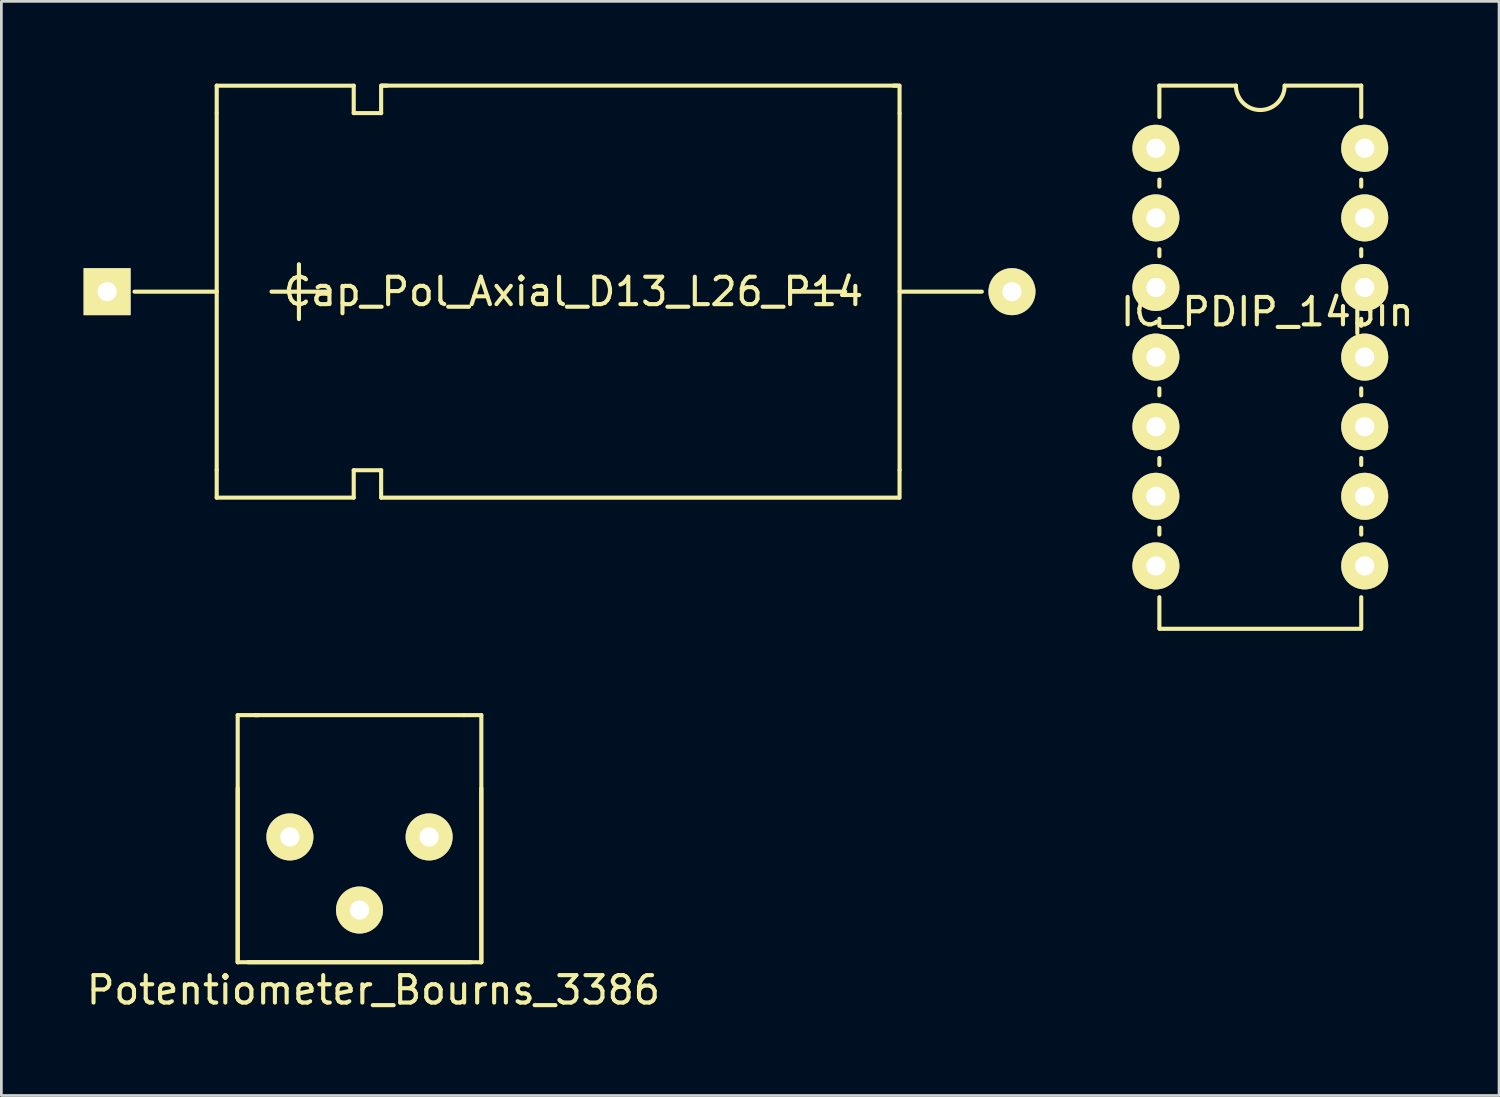
<source format=kicad_pcb>
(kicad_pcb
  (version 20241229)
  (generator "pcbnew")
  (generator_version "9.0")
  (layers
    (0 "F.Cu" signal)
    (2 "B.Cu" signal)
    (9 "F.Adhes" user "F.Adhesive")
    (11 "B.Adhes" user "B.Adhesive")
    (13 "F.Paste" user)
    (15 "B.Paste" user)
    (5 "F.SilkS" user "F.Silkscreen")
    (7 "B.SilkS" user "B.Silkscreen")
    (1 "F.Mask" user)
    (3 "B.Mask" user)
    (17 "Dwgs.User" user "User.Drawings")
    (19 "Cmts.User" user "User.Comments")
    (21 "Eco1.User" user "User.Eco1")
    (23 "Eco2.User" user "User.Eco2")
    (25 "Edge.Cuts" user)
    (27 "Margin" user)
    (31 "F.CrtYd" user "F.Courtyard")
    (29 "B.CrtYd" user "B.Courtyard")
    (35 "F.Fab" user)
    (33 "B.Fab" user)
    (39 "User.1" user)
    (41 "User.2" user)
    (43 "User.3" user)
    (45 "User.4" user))
  (footprint "Cap_Pol_Axial_D13_L26_P14"
    (layer "F.Cu")
    (at 0.858 7.593)
    (property "Reference" "Cap_Pol_Axial_D13_L26_P14" (at 17.018 0 0) (layer "F.SilkS") (effects (font (size 1 1) (thickness 0.15))))
    (attr through_hole)
    (fp_line (start 4 0) (end 1 0) (stroke (width 0.15) (type solid)) (layer "F.SilkS"))
    (fp_line (start 4 6.5) (end 4 -6.5) (stroke (width 0.15) (type solid)) (layer "F.SilkS"))
    (fp_line (start 4 -6.528) (end 4 -7.518) (stroke (width 0.15) (type solid)) (layer "F.SilkS"))
    (fp_line (start 4 6.502) (end 4 7.518) (stroke (width 0.15) (type solid)) (layer "F.SilkS"))
    (fp_line (start 6 0) (end 8 0) (stroke (width 0.15) (type solid)) (layer "F.SilkS"))
    (fp_line (start 7 1) (end 7 -1) (stroke (width 0.15) (type solid)) (layer "F.SilkS"))
    (fp_line (start 9 -7.516) (end 4 -7.516) (stroke (width 0.15) (type solid)) (layer "F.SilkS"))
    (fp_line (start 9 -7.516) (end 9 -6.516) (stroke (width 0.15) (type solid)) (layer "F.SilkS"))
    (fp_line (start 9 -6.516) (end 10 -6.516) (stroke (width 0.15) (type solid)) (layer "F.SilkS"))
    (fp_line (start 9 6.516) (end 9 7.516) (stroke (width 0.15) (type solid)) (layer "F.SilkS"))
    (fp_line (start 9 7.516) (end 4 7.516) (stroke (width 0.15) (type solid)) (layer "F.SilkS"))
    (fp_line (start 10 -6.516) (end 10 -7.516) (stroke (width 0.15) (type solid)) (layer "F.SilkS"))
    (fp_line (start 10 6.516) (end 9 6.516) (stroke (width 0.15) (type solid)) (layer "F.SilkS"))
    (fp_line (start 10 7.516) (end 10 6.516) (stroke (width 0.15) (type solid)) (layer "F.SilkS"))
    (fp_line (start 10.033 -7.518) (end 28.829 -7.518) (stroke (width 0.15) (type solid)) (layer "F.SilkS"))
    (fp_line (start 10.211 -7.518) (end 10.008 -7.518) (stroke (width 0.15) (type solid)) (layer "F.SilkS"))
    (fp_line (start 24.936 0) (end 26.936 0) (stroke (width 0.15) (type solid)) (layer "F.SilkS"))
    (fp_line (start 28.702 -7.518) (end 28.905 -7.518) (stroke (width 0.15) (type solid)) (layer "F.SilkS"))
    (fp_line (start 28.905 7.518) (end 10.008 7.518) (stroke (width 0.15) (type solid)) (layer "F.SilkS"))
    (fp_line (start 28.918 -6.515) (end 28.918 -7.518) (stroke (width 0.15) (type solid)) (layer "F.SilkS"))
    (fp_line (start 28.918 6.515) (end 28.918 7.518) (stroke (width 0.15) (type solid)) (layer "F.SilkS"))
    (fp_line (start 28.92 6.5) (end 28.92 -6.5) (stroke (width 0.15) (type solid)) (layer "F.SilkS"))
    (fp_line (start 31.92 0) (end 28.92 0) (stroke (width 0.15) (type solid)) (layer "F.SilkS"))
    (pad "1" thru_hole rect (at 0 0) (size 1.716 1.716) (drill 0.7) (layers "*.Cu" "*.Mask" "F.SilkS"))
    (pad "2" thru_hole circle (at 33.02 0) (size 1.716 1.716) (drill 0.7) (layers "*.Cu" "*.Mask" "F.SilkS")))
  (footprint "IC_PDIP_14pin"
    (layer "F.Cu")
    (at 39.13 2.361)
    (property "Reference" "IC_PDIP_14pin" (at 4.064 5.969 0) (layer "F.SilkS") (effects (font (size 1 1) (thickness 0.15))))
    (attr through_hole)
    (fp_line (start 0.127 -2.286) (end 2.921 -2.286) (stroke (width 0.15) (type solid)) (layer "F.SilkS"))
    (fp_line (start 0.127 -1.143) (end 0.127 -2.286) (stroke (width 0.15) (type solid)) (layer "F.SilkS"))
    (fp_line (start 0.127 1.143) (end 0.127 1.397) (stroke (width 0.15) (type solid)) (layer "F.SilkS"))
    (fp_line (start 0.127 3.683) (end 0.127 3.937) (stroke (width 0.15) (type solid)) (layer "F.SilkS"))
    (fp_line (start 0.127 6.223) (end 0.127 6.477) (stroke (width 0.15) (type solid)) (layer "F.SilkS"))
    (fp_line (start 0.127 8.763) (end 0.127 9.017) (stroke (width 0.15) (type solid)) (layer "F.SilkS"))
    (fp_line (start 0.127 11.303) (end 0.127 11.557) (stroke (width 0.15) (type solid)) (layer "F.SilkS"))
    (fp_line (start 0.127 13.843) (end 0.127 14.097) (stroke (width 0.15) (type solid)) (layer "F.SilkS"))
    (fp_line (start 0.127 16.383) (end 0.127 17.526) (stroke (width 0.15) (type solid)) (layer "F.SilkS"))
    (fp_line (start 0.135 17.535) (end 7.485 17.535) (stroke (width 0.15) (type solid)) (layer "F.SilkS"))
    (fp_line (start 4.699 -2.286) (end 7.493 -2.286) (stroke (width 0.15) (type solid)) (layer "F.SilkS"))
    (fp_line (start 7.493 -1.143) (end 7.493 -2.286) (stroke (width 0.15) (type solid)) (layer "F.SilkS"))
    (fp_line (start 7.493 1.143) (end 7.493 1.397) (stroke (width 0.15) (type solid)) (layer "F.SilkS"))
    (fp_line (start 7.493 3.683) (end 7.493 3.937) (stroke (width 0.15) (type solid)) (layer "F.SilkS"))
    (fp_line (start 7.493 6.223) (end 7.493 6.477) (stroke (width 0.15) (type solid)) (layer "F.SilkS"))
    (fp_line (start 7.493 8.763) (end 7.493 9.017) (stroke (width 0.15) (type solid)) (layer "F.SilkS"))
    (fp_line (start 7.493 11.303) (end 7.493 11.557) (stroke (width 0.15) (type solid)) (layer "F.SilkS"))
    (fp_line (start 7.493 14.097) (end 7.493 13.843) (stroke (width 0.15) (type solid)) (layer "F.SilkS"))
    (fp_line (start 7.493 16.383) (end 7.493 17.526) (stroke (width 0.15) (type solid)) (layer "F.SilkS"))
    (fp_arc (start 4.699 -2.286) (mid 3.81 -1.397) (end 2.921 -2.286) (stroke (width 0.15) (type solid)) (layer "F.SilkS"))
    (pad "1" thru_hole circle (at 0 0) (size 1.716 1.716) (drill 0.7) (layers "*.Cu" "*.Mask" "F.SilkS"))
    (pad "2" thru_hole circle (at 0 2.54) (size 1.716 1.716) (drill 0.7) (layers "*.Cu" "*.Mask" "F.SilkS"))
    (pad "3" thru_hole circle (at 0 5.08) (size 1.716 1.716) (drill 0.7) (layers "*.Cu" "*.Mask" "F.SilkS"))
    (pad "4" thru_hole circle (at 0 7.62) (size 1.716 1.716) (drill 0.7) (layers "*.Cu" "*.Mask" "F.SilkS"))
    (pad "5" thru_hole circle (at 0 10.16) (size 1.716 1.716) (drill 0.7) (layers "*.Cu" "*.Mask" "F.SilkS"))
    (pad "6" thru_hole circle (at 0 12.7) (size 1.716 1.716) (drill 0.7) (layers "*.Cu" "*.Mask" "F.SilkS"))
    (pad "7" thru_hole circle (at 0 15.24) (size 1.716 1.716) (drill 0.7) (layers "*.Cu" "*.Mask" "F.SilkS"))
    (pad "8" thru_hole circle (at 7.62 15.24) (size 1.716 1.716) (drill 0.7) (layers "*.Cu" "*.Mask" "F.SilkS"))
    (pad "9" thru_hole circle (at 7.62 12.7) (size 1.716 1.716) (drill 0.7) (layers "*.Cu" "*.Mask" "F.SilkS"))
    (pad "10" thru_hole circle (at 7.62 10.16) (size 1.716 1.716) (drill 0.7) (layers "*.Cu" "*.Mask" "F.SilkS"))
    (pad "11" thru_hole circle (at 7.62 7.62) (size 1.716 1.716) (drill 0.7) (layers "*.Cu" "*.Mask" "F.SilkS"))
    (pad "12" thru_hole circle (at 7.62 5.08) (size 1.716 1.716) (drill 0.7) (layers "*.Cu" "*.Mask" "F.SilkS"))
    (pad "13" thru_hole circle (at 7.62 2.54) (size 1.716 1.716) (drill 0.7) (layers "*.Cu" "*.Mask" "F.SilkS"))
    (pad "14" thru_hole circle (at 7.62 0) (size 1.716 1.716) (drill 0.7) (layers "*.Cu" "*.Mask" "F.SilkS")))
  (footprint "Potentiometer_Bourns_3386"
    (layer "F.Cu")
    (at 12.609 27.491)
    (property "Reference" "Potentiometer_Bourns_3386" (at -2.032 5.588 0) (layer "F.SilkS") (effects (font (size 1 1) (thickness 0.15))))
    (attr through_hole)
    (fp_line (start -6.985 -4.445) (end -6.223 -4.445) (stroke (width 0.15) (type solid)) (layer "F.SilkS"))
    (fp_line (start -6.985 -1.778) (end -6.985 4.572) (stroke (width 0.15) (type solid)) (layer "F.SilkS"))
    (fp_line (start -6.985 4.572) (end -6.985 -4.445) (stroke (width 0.15) (type solid)) (layer "F.SilkS"))
    (fp_line (start -6.604 4.572) (end 1.524 4.572) (stroke (width 0.15) (type solid)) (layer "F.SilkS"))
    (fp_line (start -6.35 -4.445) (end 1.27 -4.445) (stroke (width 0.15) (type solid)) (layer "F.SilkS"))
    (fp_line (start 1.27 -4.445) (end 1.905 -4.445) (stroke (width 0.15) (type solid)) (layer "F.SilkS"))
    (fp_line (start 1.905 -4.445) (end 1.905 4.572) (stroke (width 0.15) (type solid)) (layer "F.SilkS"))
    (fp_line (start 1.905 -1.778) (end 1.905 4.572) (stroke (width 0.15) (type solid)) (layer "F.SilkS"))
    (fp_line (start 1.905 4.572) (end -6.985 4.572) (stroke (width 0.15) (type solid)) (layer "F.SilkS"))
    (pad "1" thru_hole circle (at 0 0) (size 1.716 1.716) (drill 0.7) (layers "*.Cu" "*.Mask" "F.SilkS"))
    (pad "2" thru_hole circle (at -2.54 2.667) (size 1.716 1.716) (drill 0.7) (layers "*.Cu" "*.Mask" "F.SilkS"))
    (pad "3" thru_hole circle (at -5.08 0) (size 1.716 1.716) (drill 0.7) (layers "*.Cu" "*.Mask" "F.SilkS")))
  (gr_rect
    (start -3 -3)
    (end 51.653 36.927)
    (stroke (width 0.1) (type default))
    (fill no)
    (layer "Edge.Cuts")))
</source>
